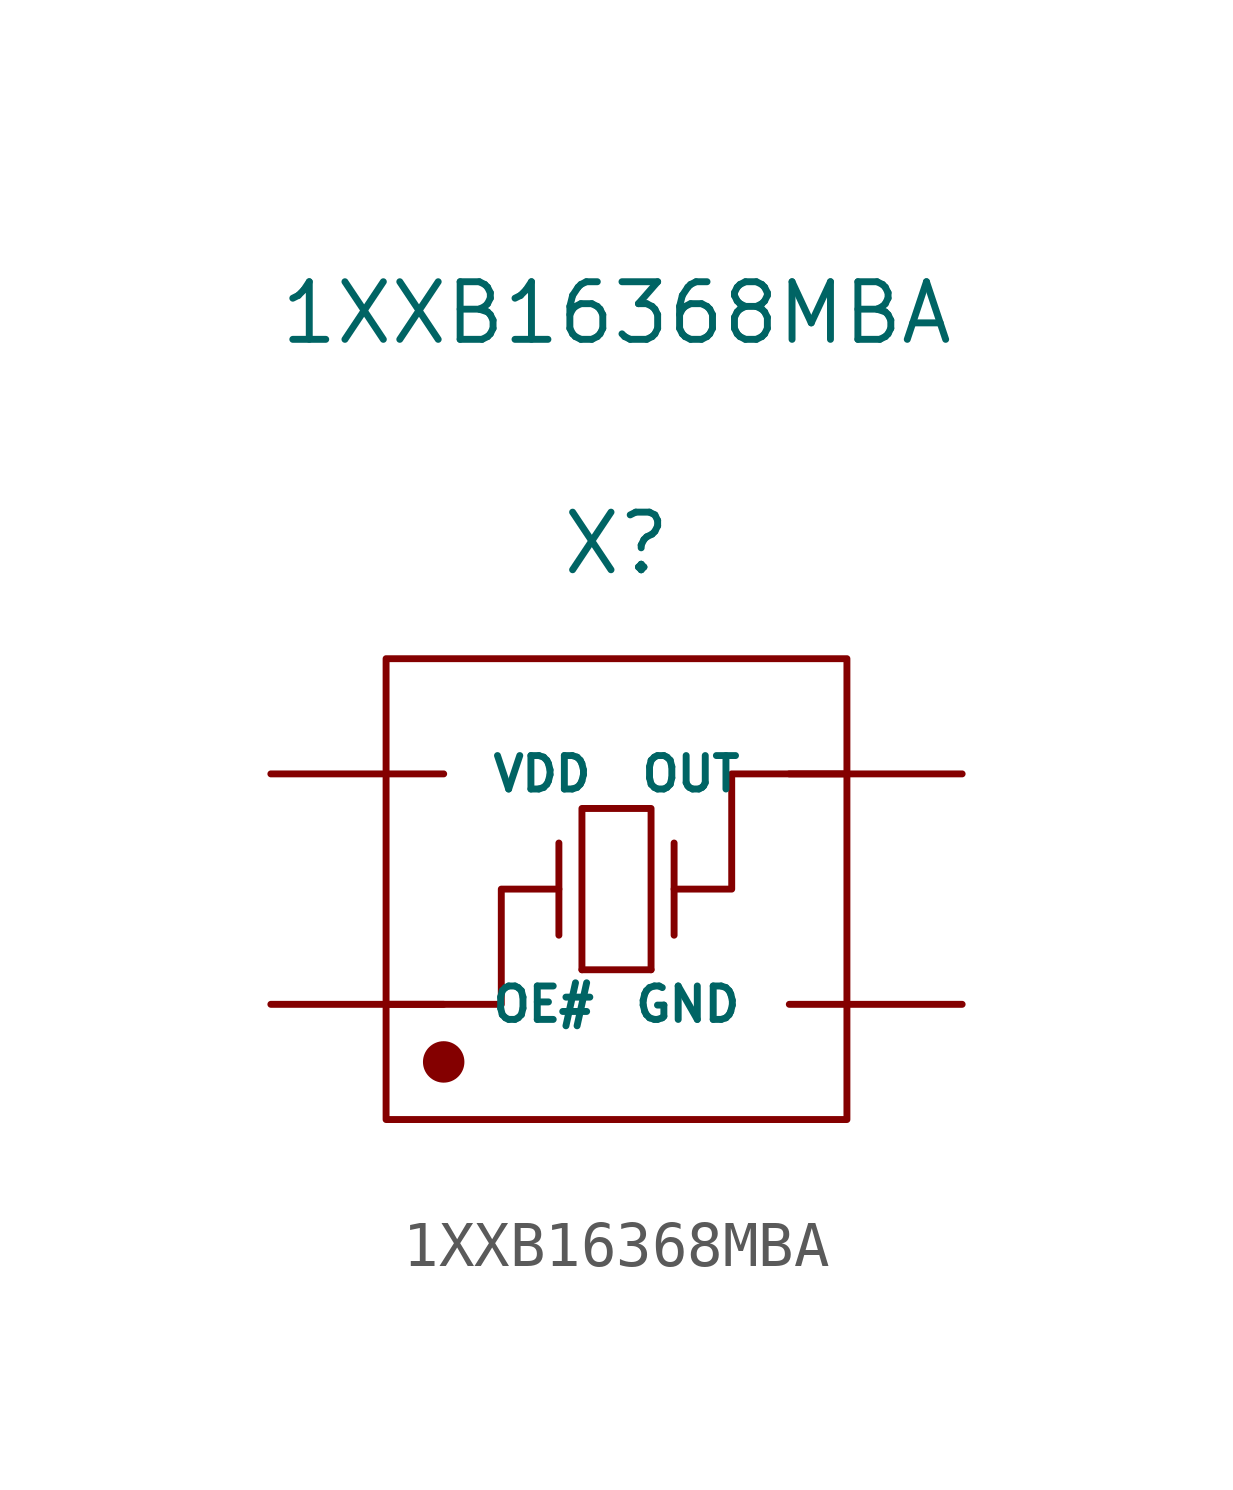
<source format=kicad_sym>
(kicad_symbol_lib
  (version 20231120)
  (generator "kicad_symbol_editor")
  (generator_version "8.0")
  (symbol "1XXB16368MBA"
    (pin_numbers hide)
    (pin_names
      (offset 1.016))
    (property "Reference" "X"
      (at 0 7.62 0)
      (effects (font (size 1.27 1.27))))
    (property "Value" "1XXB16368MBA"
      (at 0 12.7 0)
      (effects (font (size 1.27 1.27))))
    (symbol "1XXB16368MBA_1_1"
      (rectangle (start -5.08 5.08) (end 5.08 -5.08) (stroke (width 0.152) (type solid)) (fill (type none)))
      (circle (center -3.81 -3.81) (radius 0.381) (stroke (width 0.152) (type solid)) (fill (type outline)))
      (polyline (pts (xy -1.27 -1.016) (xy -1.27 1.016)) (stroke (width 0.152) (type solid)) (fill (type none)))
      (polyline (pts (xy 0.762 -1.778) (xy -0.762 -1.778)) (stroke (width 0.152) (type solid)) (fill (type none)))
      (polyline (pts (xy 1.27 -1.016) (xy 1.27 1.016)) (stroke (width 0.152) (type solid)) (fill (type none)))
      (polyline (pts (xy -5.08 -2.54) (xy -2.54 -2.54) (xy -2.54 0) (xy -1.27 0)) (stroke (width 0.152) (type solid)) (fill (type none)))
      (polyline (pts (xy -0.762 -1.778) (xy -0.762 1.778) (xy 0.762 1.778) (xy 0.762 -1.778)) (stroke (width 0.152) (type solid)) (fill (type none)))
      (polyline (pts (xy 5.08 2.54) (xy 2.54 2.54) (xy 2.54 0) (xy 1.27 0)) (stroke (width 0.152) (type solid)) (fill (type none)))
      (pin input line (at -7.62 -2.54 0) (length 3.81) (name "OE#" (effects (font (size 0.737 0.737)))) (number "1" (effects (font (size 0.737 0.737)))))
      (pin input line (at 7.62 -2.54 180) (length 3.81) (name "GND" (effects (font (size 0.737 0.737)))) (number "2" (effects (font (size 0.737 0.737)))))
      (pin input line (at 7.62 2.54 180) (length 3.81) (name "OUT" (effects (font (size 0.737 0.737)))) (number "3" (effects (font (size 0.737 0.737)))))
      (pin input line (at -7.62 2.54 0) (length 3.81) (name "VDD" (effects (font (size 0.737 0.737)))) (number "4" (effects (font (size 0.737 0.737))))))))
</source>
